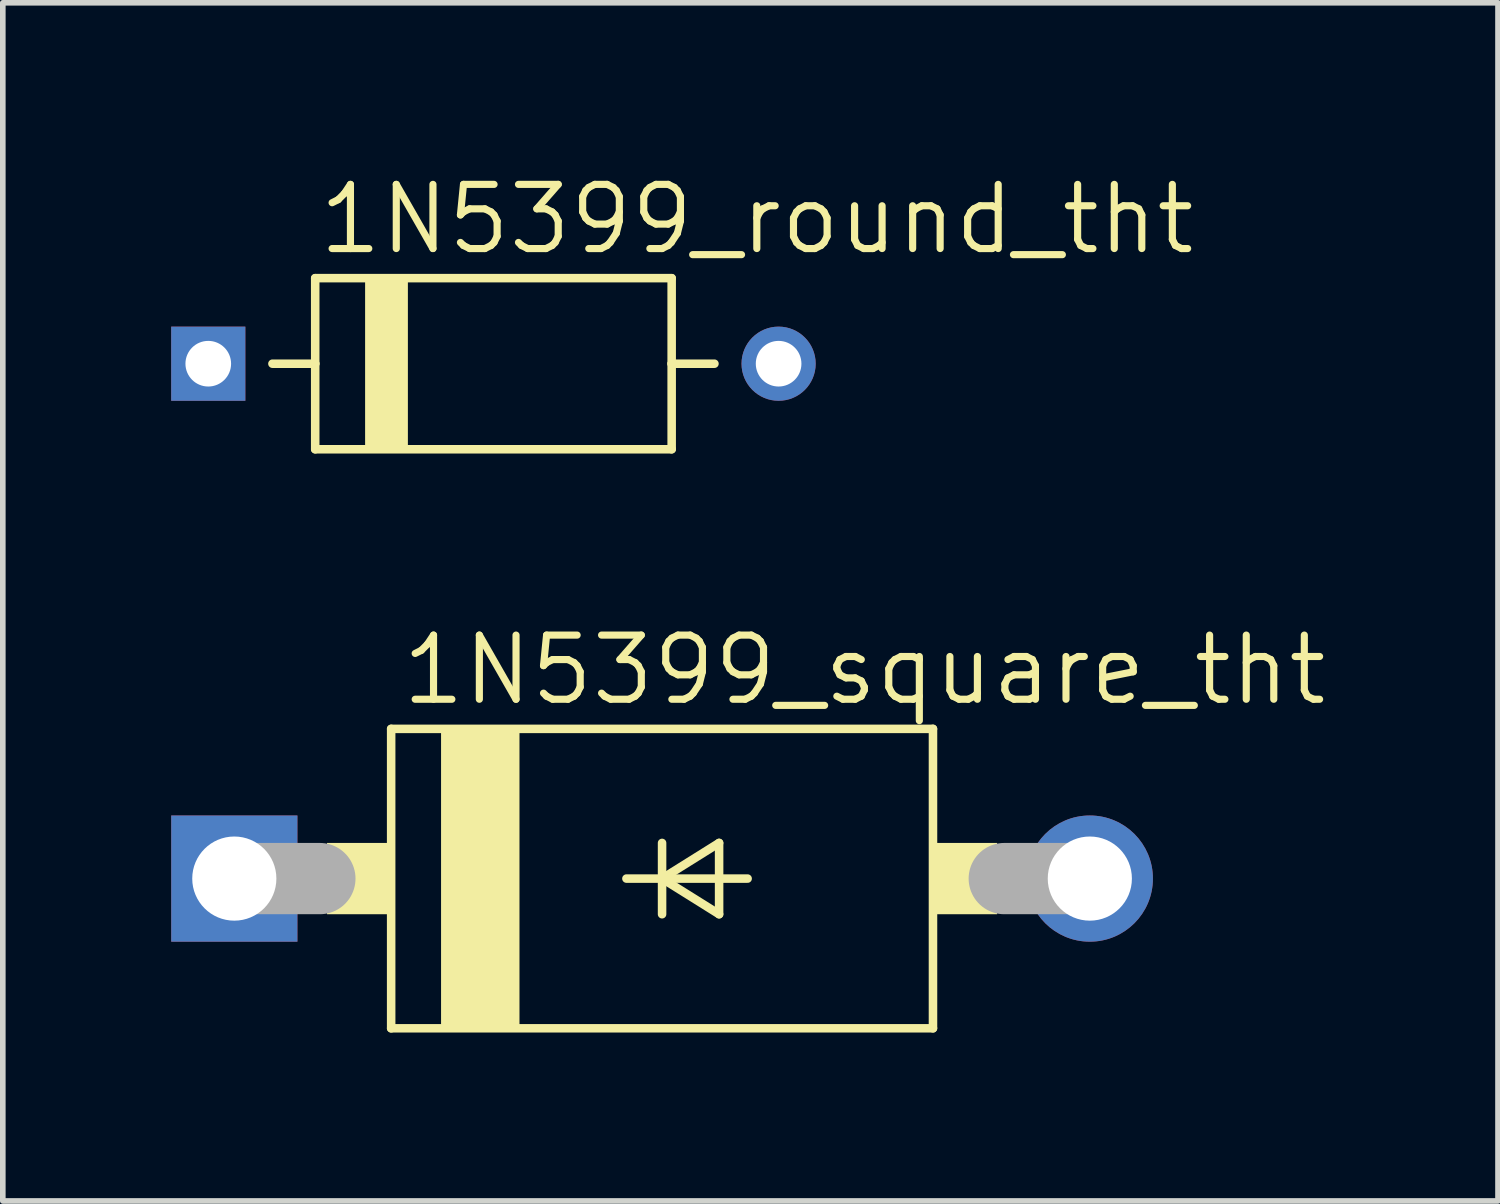
<source format=kicad_pcb>
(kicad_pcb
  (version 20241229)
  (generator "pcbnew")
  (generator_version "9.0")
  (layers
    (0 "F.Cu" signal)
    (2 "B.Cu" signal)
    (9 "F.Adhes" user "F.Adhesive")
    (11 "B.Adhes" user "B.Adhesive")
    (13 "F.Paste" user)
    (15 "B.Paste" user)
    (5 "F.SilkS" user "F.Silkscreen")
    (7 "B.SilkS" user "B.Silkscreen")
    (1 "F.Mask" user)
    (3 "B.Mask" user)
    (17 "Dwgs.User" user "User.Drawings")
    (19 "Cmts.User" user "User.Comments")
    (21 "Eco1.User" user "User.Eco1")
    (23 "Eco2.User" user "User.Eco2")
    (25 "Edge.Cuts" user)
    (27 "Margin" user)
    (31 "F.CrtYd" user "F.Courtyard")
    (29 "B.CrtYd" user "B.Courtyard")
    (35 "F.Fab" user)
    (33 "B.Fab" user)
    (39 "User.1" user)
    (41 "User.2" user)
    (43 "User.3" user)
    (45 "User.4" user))
  (footprint "1N5399_round_tht"
    (layer "F.Cu")
    (at 5.74 3.429)
    (property "Reference" "1N5399_round_tht" (at -3.175 -1.905 0) (layer "F.SilkS") (effects (font (size 1.143 1.143) (thickness 0.127)) (justify left bottom)))
    (fp_line (start -3.175 -1.524) (end -3.175 0) (stroke (width 0.152) (type solid)) (layer "F.SilkS"))
    (fp_line (start -3.175 0) (end -3.937 0) (stroke (width 0.152) (type solid)) (layer "F.SilkS"))
    (fp_line (start -3.175 0) (end -3.175 1.524) (stroke (width 0.152) (type solid)) (layer "F.SilkS"))
    (fp_line (start -3.175 1.524) (end 3.175 1.524) (stroke (width 0.152) (type solid)) (layer "F.SilkS"))
    (fp_line (start 3.175 -1.524) (end -3.175 -1.524) (stroke (width 0.152) (type solid)) (layer "F.SilkS"))
    (fp_line (start 3.175 0) (end 3.175 -1.524) (stroke (width 0.152) (type solid)) (layer "F.SilkS"))
    (fp_line (start 3.175 1.524) (end 3.175 0) (stroke (width 0.152) (type solid)) (layer "F.SilkS"))
    (fp_line (start 3.937 0) (end 3.175 0) (stroke (width 0.152) (type solid)) (layer "F.SilkS"))
    (fp_poly (pts (xy -2.286 1.524) (xy -1.524 1.524) (xy -1.524 -1.524) (xy -2.286 -1.524)) (stroke (width 0) (type solid)) (fill yes) (layer "F.SilkS"))
    (pad "1" thru_hole rect (at -5.08 0) (size 1.321 1.321) (drill 0.813) (layers "*.Cu" "*.Mask"))
    (pad "2" thru_hole circle (at 5.08 0) (size 1.321 1.321) (drill 0.813) (layers "*.Cu" "*.Mask")))
  (footprint "1N5399_square_tht"
    (layer "F.Cu")
    (at 8.744 12.601)
    (property "Reference" "1N5399_square_tht" (at -4.699 -3.048 0) (layer "F.SilkS") (effects (font (size 1.143 1.143) (thickness 0.127)) (justify left bottom)))
    (fp_line (start -4.826 -2.667) (end -4.826 2.667) (stroke (width 0.152) (type solid)) (layer "F.SilkS"))
    (fp_line (start -4.826 -2.667) (end 4.826 -2.667) (stroke (width 0.152) (type solid)) (layer "F.SilkS"))
    (fp_line (start -0.635 0) (end 0 0) (stroke (width 0.152) (type solid)) (layer "F.SilkS"))
    (fp_line (start 0 -0.635) (end 0 0) (stroke (width 0.152) (type solid)) (layer "F.SilkS"))
    (fp_line (start 0 0) (end 0 0.635) (stroke (width 0.152) (type solid)) (layer "F.SilkS"))
    (fp_line (start 0 0) (end 1.016 -0.635) (stroke (width 0.152) (type solid)) (layer "F.SilkS"))
    (fp_line (start 0 0) (end 1.524 0) (stroke (width 0.152) (type solid)) (layer "F.SilkS"))
    (fp_line (start 1.016 -0.635) (end 1.016 0.635) (stroke (width 0.152) (type solid)) (layer "F.SilkS"))
    (fp_line (start 1.016 0.635) (end 0 0) (stroke (width 0.152) (type solid)) (layer "F.SilkS"))
    (fp_line (start 4.826 2.667) (end -4.826 2.667) (stroke (width 0.152) (type solid)) (layer "F.SilkS"))
    (fp_line (start 4.826 2.667) (end 4.826 -2.667) (stroke (width 0.152) (type solid)) (layer "F.SilkS"))
    (fp_poly (pts (xy -5.969 0.635) (xy -4.826 0.635) (xy -4.826 -0.635) (xy -5.969 -0.635)) (stroke (width 0) (type solid)) (fill yes) (layer "F.SilkS"))
    (fp_poly (pts (xy -3.937 2.667) (xy -2.54 2.667) (xy -2.54 -2.667) (xy -3.937 -2.667)) (stroke (width 0) (type solid)) (fill yes) (layer "F.SilkS"))
    (fp_poly (pts (xy 4.826 0.635) (xy 5.969 0.635) (xy 5.969 -0.635) (xy 4.826 -0.635)) (stroke (width 0) (type solid)) (fill yes) (layer "F.SilkS"))
    (fp_line (start -7.62 0) (end -6.096 0) (stroke (width 1.27) (type solid)) (layer "F.Fab"))
    (fp_line (start 7.62 0) (end 6.096 0) (stroke (width 1.27) (type solid)) (layer "F.Fab"))
    (pad "1" thru_hole rect (at -7.62 0) (size 2.248 2.248) (drill 1.499) (layers "*.Cu" "*.Mask"))
    (pad "2" thru_hole circle (at 7.62 0) (size 2.248 2.248) (drill 1.499) (layers "*.Cu" "*.Mask")))
  (gr_rect
    (start -3 -3)
    (end 23.635 18.344)
    (stroke (width 0.1) (type default))
    (fill no)
    (layer "Edge.Cuts")))
</source>
